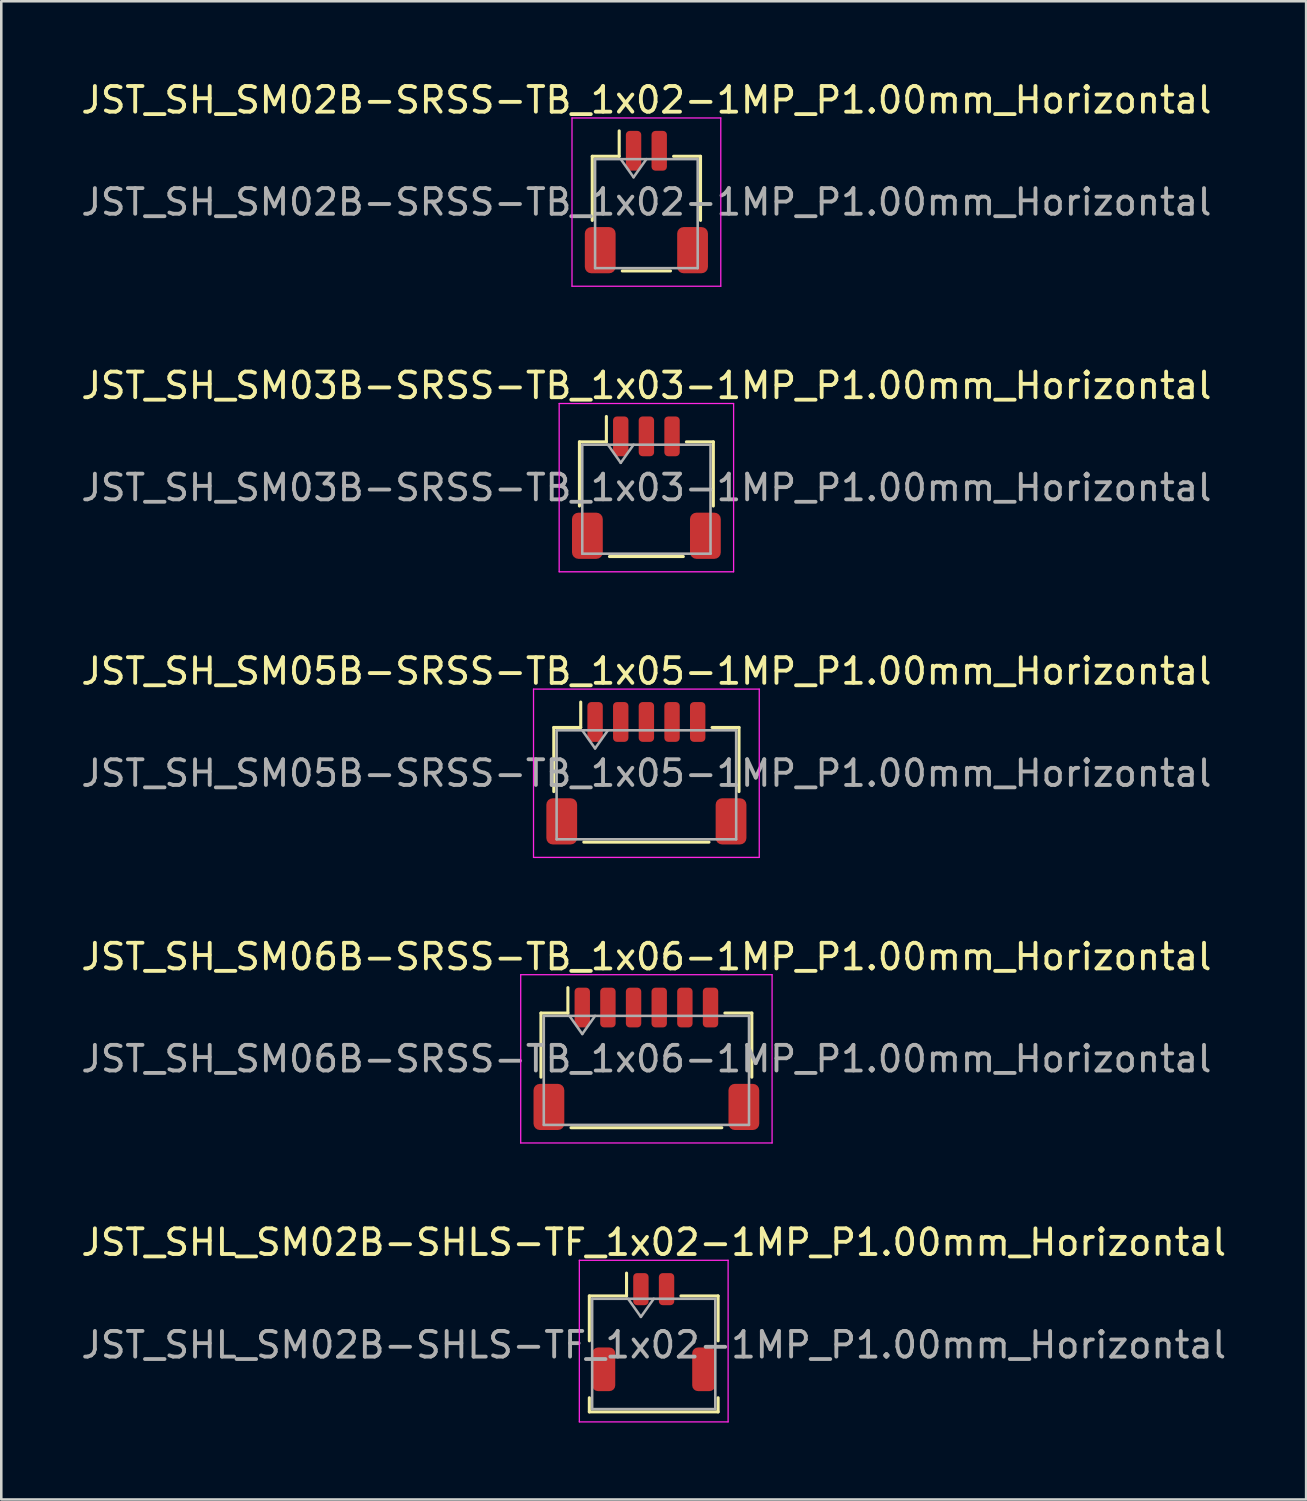
<source format=kicad_pcb>
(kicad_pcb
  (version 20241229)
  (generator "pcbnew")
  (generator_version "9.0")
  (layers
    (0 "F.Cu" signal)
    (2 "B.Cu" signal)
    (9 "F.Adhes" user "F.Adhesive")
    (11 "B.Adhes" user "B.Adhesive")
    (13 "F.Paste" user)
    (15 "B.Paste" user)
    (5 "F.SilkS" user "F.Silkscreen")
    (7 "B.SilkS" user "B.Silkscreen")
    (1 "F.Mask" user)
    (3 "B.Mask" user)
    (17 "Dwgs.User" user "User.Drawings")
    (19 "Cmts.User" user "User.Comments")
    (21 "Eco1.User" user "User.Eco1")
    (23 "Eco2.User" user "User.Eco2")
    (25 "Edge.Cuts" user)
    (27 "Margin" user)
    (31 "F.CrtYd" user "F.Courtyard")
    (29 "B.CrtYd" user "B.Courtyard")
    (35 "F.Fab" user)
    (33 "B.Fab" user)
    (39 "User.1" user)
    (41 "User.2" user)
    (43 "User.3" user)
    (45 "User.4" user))
  (footprint "JST_SHL_SM02B-SHLS-TF_1x02-1MP_P1.00mm_Horizontal"
    (layer "F.Cu")
    (at 22.435 48.881)
    (property "Reference" "JST_SHL_SM02B-SHLS-TF_1x02-1MP_P1.00mm_Horizontal" (at 0 -3.5 0) (layer "F.SilkS") (effects (font (size 1 1) (thickness 0.15))))
    (attr smd)
    (fp_line (start -2.51 -1.41) (end -1.06 -1.41) (stroke (width 0.12) (type solid)) (layer "F.SilkS"))
    (fp_line (start -2.51 0.34) (end -2.51 -1.41) (stroke (width 0.12) (type solid)) (layer "F.SilkS"))
    (fp_line (start -2.51 2.56) (end -2.51 3.11) (stroke (width 0.12) (type solid)) (layer "F.SilkS"))
    (fp_line (start -2.51 3.11) (end 2.51 3.11) (stroke (width 0.12) (type solid)) (layer "F.SilkS"))
    (fp_line (start -1.06 -1.41) (end -1.06 -2.3) (stroke (width 0.12) (type solid)) (layer "F.SilkS"))
    (fp_line (start 2.51 -1.41) (end 1.06 -1.41) (stroke (width 0.12) (type solid)) (layer "F.SilkS"))
    (fp_line (start 2.51 0.34) (end 2.51 -1.41) (stroke (width 0.12) (type solid)) (layer "F.SilkS"))
    (fp_line (start 2.51 3.11) (end 2.51 2.56) (stroke (width 0.12) (type solid)) (layer "F.SilkS"))
    (fp_line (start -2.9 -2.8) (end -2.9 3.5) (stroke (width 0.05) (type solid)) (layer "F.CrtYd"))
    (fp_line (start -2.9 3.5) (end 2.9 3.5) (stroke (width 0.05) (type solid)) (layer "F.CrtYd"))
    (fp_line (start 2.9 -2.8) (end -2.9 -2.8) (stroke (width 0.05) (type solid)) (layer "F.CrtYd"))
    (fp_line (start 2.9 3.5) (end 2.9 -2.8) (stroke (width 0.05) (type solid)) (layer "F.CrtYd"))
    (fp_line (start -2.4 -1.3) (end -2.4 3) (stroke (width 0.1) (type solid)) (layer "F.Fab"))
    (fp_line (start -2.4 -1.3) (end 2.4 -1.3) (stroke (width 0.1) (type solid)) (layer "F.Fab"))
    (fp_line (start -2.4 3) (end 2.4 3) (stroke (width 0.1) (type solid)) (layer "F.Fab"))
    (fp_line (start -1 -1.3) (end -0.5 -0.593) (stroke (width 0.1) (type solid)) (layer "F.Fab"))
    (fp_line (start -0.5 -0.593) (end 0 -1.3) (stroke (width 0.1) (type solid)) (layer "F.Fab"))
    (fp_line (start 2.4 -1.3) (end 2.4 3) (stroke (width 0.1) (type solid)) (layer "F.Fab"))
    (fp_text user "${REFERENCE}" (at 0 0.5 0) (layer "F.Fab") (effects (font (size 1 1) (thickness 0.15))))
    (pad "1" smd roundrect (at -0.5 -1.675) (size 0.6 1.25) (layers "F.Cu" "F.Mask" "F.Paste") (roundrect_rratio 0.25))
    (pad "2" smd roundrect (at 0.5 -1.675) (size 0.6 1.25) (layers "F.Cu" "F.Mask" "F.Paste") (roundrect_rratio 0.25))
    (pad "MP" smd roundrect (at -1.95 1.45) (size 0.9 1.7) (layers "F.Cu" "F.Mask" "F.Paste") (roundrect_rratio 0.25))
    (pad "MP" smd roundrect (at 1.95 1.45) (size 0.9 1.7) (layers "F.Cu" "F.Mask" "F.Paste") (roundrect_rratio 0.25)))
  (footprint "JST_SH_SM02B-SRSS-TB_1x02-1MP_P1.00mm_Horizontal"
    (layer "F.Cu")
    (at 22.149 4.828)
    (property "Reference" "JST_SH_SM02B-SRSS-TB_1x02-1MP_P1.00mm_Horizontal" (at 0 -3.98 0) (layer "F.SilkS") (effects (font (size 1 1) (thickness 0.15))))
    (attr smd)
    (fp_line (start -2.11 -1.785) (end -1.06 -1.785) (stroke (width 0.12) (type solid)) (layer "F.SilkS"))
    (fp_line (start -2.11 0.715) (end -2.11 -1.785) (stroke (width 0.12) (type solid)) (layer "F.SilkS"))
    (fp_line (start -1.06 -1.785) (end -1.06 -2.775) (stroke (width 0.12) (type solid)) (layer "F.SilkS"))
    (fp_line (start -0.94 2.685) (end 0.94 2.685) (stroke (width 0.12) (type solid)) (layer "F.SilkS"))
    (fp_line (start 2.11 -1.785) (end 1.06 -1.785) (stroke (width 0.12) (type solid)) (layer "F.SilkS"))
    (fp_line (start 2.11 0.715) (end 2.11 -1.785) (stroke (width 0.12) (type solid)) (layer "F.SilkS"))
    (fp_line (start -2.9 -3.28) (end -2.9 3.28) (stroke (width 0.05) (type solid)) (layer "F.CrtYd"))
    (fp_line (start -2.9 3.28) (end 2.9 3.28) (stroke (width 0.05) (type solid)) (layer "F.CrtYd"))
    (fp_line (start 2.9 -3.28) (end -2.9 -3.28) (stroke (width 0.05) (type solid)) (layer "F.CrtYd"))
    (fp_line (start 2.9 3.28) (end 2.9 -3.28) (stroke (width 0.05) (type solid)) (layer "F.CrtYd"))
    (fp_line (start -2 -1.675) (end -2 2.575) (stroke (width 0.1) (type solid)) (layer "F.Fab"))
    (fp_line (start -2 -1.675) (end 2 -1.675) (stroke (width 0.1) (type solid)) (layer "F.Fab"))
    (fp_line (start -2 2.575) (end 2 2.575) (stroke (width 0.1) (type solid)) (layer "F.Fab"))
    (fp_line (start -1 -1.675) (end -0.5 -0.968) (stroke (width 0.1) (type solid)) (layer "F.Fab"))
    (fp_line (start -0.5 -0.968) (end 0 -1.675) (stroke (width 0.1) (type solid)) (layer "F.Fab"))
    (fp_line (start 2 -1.675) (end 2 2.575) (stroke (width 0.1) (type solid)) (layer "F.Fab"))
    (fp_text user "${REFERENCE}" (at 0 0 0) (layer "F.Fab") (effects (font (size 1 1) (thickness 0.15))))
    (pad "1" smd roundrect (at -0.5 -2) (size 0.6 1.55) (layers "F.Cu" "F.Mask" "F.Paste") (roundrect_rratio 0.25))
    (pad "2" smd roundrect (at 0.5 -2) (size 0.6 1.55) (layers "F.Cu" "F.Mask" "F.Paste") (roundrect_rratio 0.25))
    (pad "MP" smd roundrect (at -1.8 1.875) (size 1.2 1.8) (layers "F.Cu" "F.Mask" "F.Paste") (roundrect_rratio 0.208))
    (pad "MP" smd roundrect (at 1.8 1.875) (size 1.2 1.8) (layers "F.Cu" "F.Mask" "F.Paste") (roundrect_rratio 0.208)))
  (footprint "JST_SH_SM05B-SRSS-TB_1x05-1MP_P1.00mm_Horizontal"
    (layer "F.Cu")
    (at 22.149 27.095)
    (property "Reference" "JST_SH_SM05B-SRSS-TB_1x05-1MP_P1.00mm_Horizontal" (at 0 -3.98 0) (layer "F.SilkS") (effects (font (size 1 1) (thickness 0.15))))
    (attr smd)
    (fp_line (start -3.61 -1.785) (end -2.56 -1.785) (stroke (width 0.12) (type solid)) (layer "F.SilkS"))
    (fp_line (start -3.61 0.715) (end -3.61 -1.785) (stroke (width 0.12) (type solid)) (layer "F.SilkS"))
    (fp_line (start -2.56 -1.785) (end -2.56 -2.775) (stroke (width 0.12) (type solid)) (layer "F.SilkS"))
    (fp_line (start -2.44 2.685) (end 2.44 2.685) (stroke (width 0.12) (type solid)) (layer "F.SilkS"))
    (fp_line (start 3.61 -1.785) (end 2.56 -1.785) (stroke (width 0.12) (type solid)) (layer "F.SilkS"))
    (fp_line (start 3.61 0.715) (end 3.61 -1.785) (stroke (width 0.12) (type solid)) (layer "F.SilkS"))
    (fp_line (start -4.4 -3.28) (end -4.4 3.28) (stroke (width 0.05) (type solid)) (layer "F.CrtYd"))
    (fp_line (start -4.4 3.28) (end 4.4 3.28) (stroke (width 0.05) (type solid)) (layer "F.CrtYd"))
    (fp_line (start 4.4 -3.28) (end -4.4 -3.28) (stroke (width 0.05) (type solid)) (layer "F.CrtYd"))
    (fp_line (start 4.4 3.28) (end 4.4 -3.28) (stroke (width 0.05) (type solid)) (layer "F.CrtYd"))
    (fp_line (start -3.5 -1.675) (end -3.5 2.575) (stroke (width 0.1) (type solid)) (layer "F.Fab"))
    (fp_line (start -3.5 -1.675) (end 3.5 -1.675) (stroke (width 0.1) (type solid)) (layer "F.Fab"))
    (fp_line (start -3.5 2.575) (end 3.5 2.575) (stroke (width 0.1) (type solid)) (layer "F.Fab"))
    (fp_line (start -2.5 -1.675) (end -2 -0.968) (stroke (width 0.1) (type solid)) (layer "F.Fab"))
    (fp_line (start -2 -0.968) (end -1.5 -1.675) (stroke (width 0.1) (type solid)) (layer "F.Fab"))
    (fp_line (start 3.5 -1.675) (end 3.5 2.575) (stroke (width 0.1) (type solid)) (layer "F.Fab"))
    (fp_text user "${REFERENCE}" (at 0 0 0) (layer "F.Fab") (effects (font (size 1 1) (thickness 0.15))))
    (pad "1" smd roundrect (at -2 -2) (size 0.6 1.55) (layers "F.Cu" "F.Mask" "F.Paste") (roundrect_rratio 0.25))
    (pad "2" smd roundrect (at -1 -2) (size 0.6 1.55) (layers "F.Cu" "F.Mask" "F.Paste") (roundrect_rratio 0.25))
    (pad "3" smd roundrect (at 0 -2) (size 0.6 1.55) (layers "F.Cu" "F.Mask" "F.Paste") (roundrect_rratio 0.25))
    (pad "4" smd roundrect (at 1 -2) (size 0.6 1.55) (layers "F.Cu" "F.Mask" "F.Paste") (roundrect_rratio 0.25))
    (pad "5" smd roundrect (at 2 -2) (size 0.6 1.55) (layers "F.Cu" "F.Mask" "F.Paste") (roundrect_rratio 0.25))
    (pad "MP" smd roundrect (at -3.3 1.875) (size 1.2 1.8) (layers "F.Cu" "F.Mask" "F.Paste") (roundrect_rratio 0.208))
    (pad "MP" smd roundrect (at 3.3 1.875) (size 1.2 1.8) (layers "F.Cu" "F.Mask" "F.Paste") (roundrect_rratio 0.208)))
  (footprint "JST_SH_SM06B-SRSS-TB_1x06-1MP_P1.00mm_Horizontal"
    (layer "F.Cu")
    (at 22.149 38.228)
    (property "Reference" "JST_SH_SM06B-SRSS-TB_1x06-1MP_P1.00mm_Horizontal" (at 0 -3.98 0) (layer "F.SilkS") (effects (font (size 1 1) (thickness 0.15))))
    (attr smd)
    (fp_line (start -4.11 -1.785) (end -3.06 -1.785) (stroke (width 0.12) (type solid)) (layer "F.SilkS"))
    (fp_line (start -4.11 0.715) (end -4.11 -1.785) (stroke (width 0.12) (type solid)) (layer "F.SilkS"))
    (fp_line (start -3.06 -1.785) (end -3.06 -2.775) (stroke (width 0.12) (type solid)) (layer "F.SilkS"))
    (fp_line (start -2.94 2.685) (end 2.94 2.685) (stroke (width 0.12) (type solid)) (layer "F.SilkS"))
    (fp_line (start 4.11 -1.785) (end 3.06 -1.785) (stroke (width 0.12) (type solid)) (layer "F.SilkS"))
    (fp_line (start 4.11 0.715) (end 4.11 -1.785) (stroke (width 0.12) (type solid)) (layer "F.SilkS"))
    (fp_line (start -4.9 -3.28) (end -4.9 3.28) (stroke (width 0.05) (type solid)) (layer "F.CrtYd"))
    (fp_line (start -4.9 3.28) (end 4.9 3.28) (stroke (width 0.05) (type solid)) (layer "F.CrtYd"))
    (fp_line (start 4.9 -3.28) (end -4.9 -3.28) (stroke (width 0.05) (type solid)) (layer "F.CrtYd"))
    (fp_line (start 4.9 3.28) (end 4.9 -3.28) (stroke (width 0.05) (type solid)) (layer "F.CrtYd"))
    (fp_line (start -4 -1.675) (end -4 2.575) (stroke (width 0.1) (type solid)) (layer "F.Fab"))
    (fp_line (start -4 -1.675) (end 4 -1.675) (stroke (width 0.1) (type solid)) (layer "F.Fab"))
    (fp_line (start -4 2.575) (end 4 2.575) (stroke (width 0.1) (type solid)) (layer "F.Fab"))
    (fp_line (start -3 -1.675) (end -2.5 -0.968) (stroke (width 0.1) (type solid)) (layer "F.Fab"))
    (fp_line (start -2.5 -0.968) (end -2 -1.675) (stroke (width 0.1) (type solid)) (layer "F.Fab"))
    (fp_line (start 4 -1.675) (end 4 2.575) (stroke (width 0.1) (type solid)) (layer "F.Fab"))
    (fp_text user "${REFERENCE}" (at 0 0 0) (layer "F.Fab") (effects (font (size 1 1) (thickness 0.15))))
    (pad "1" smd roundrect (at -2.5 -2) (size 0.6 1.55) (layers "F.Cu" "F.Mask" "F.Paste") (roundrect_rratio 0.25))
    (pad "2" smd roundrect (at -1.5 -2) (size 0.6 1.55) (layers "F.Cu" "F.Mask" "F.Paste") (roundrect_rratio 0.25))
    (pad "3" smd roundrect (at -0.5 -2) (size 0.6 1.55) (layers "F.Cu" "F.Mask" "F.Paste") (roundrect_rratio 0.25))
    (pad "4" smd roundrect (at 0.5 -2) (size 0.6 1.55) (layers "F.Cu" "F.Mask" "F.Paste") (roundrect_rratio 0.25))
    (pad "5" smd roundrect (at 1.5 -2) (size 0.6 1.55) (layers "F.Cu" "F.Mask" "F.Paste") (roundrect_rratio 0.25))
    (pad "6" smd roundrect (at 2.5 -2) (size 0.6 1.55) (layers "F.Cu" "F.Mask" "F.Paste") (roundrect_rratio 0.25))
    (pad "MP" smd roundrect (at -3.8 1.875) (size 1.2 1.8) (layers "F.Cu" "F.Mask" "F.Paste") (roundrect_rratio 0.208))
    (pad "MP" smd roundrect (at 3.8 1.875) (size 1.2 1.8) (layers "F.Cu" "F.Mask" "F.Paste") (roundrect_rratio 0.208)))
  (footprint "JST_SH_SM03B-SRSS-TB_1x03-1MP_P1.00mm_Horizontal"
    (layer "F.Cu")
    (at 22.149 15.961)
    (property "Reference" "JST_SH_SM03B-SRSS-TB_1x03-1MP_P1.00mm_Horizontal" (at 0 -3.98 0) (layer "F.SilkS") (effects (font (size 1 1) (thickness 0.15))))
    (attr smd)
    (fp_line (start -2.61 -1.785) (end -1.56 -1.785) (stroke (width 0.12) (type solid)) (layer "F.SilkS"))
    (fp_line (start -2.61 0.715) (end -2.61 -1.785) (stroke (width 0.12) (type solid)) (layer "F.SilkS"))
    (fp_line (start -1.56 -1.785) (end -1.56 -2.775) (stroke (width 0.12) (type solid)) (layer "F.SilkS"))
    (fp_line (start -1.44 2.685) (end 1.44 2.685) (stroke (width 0.12) (type solid)) (layer "F.SilkS"))
    (fp_line (start 2.61 -1.785) (end 1.56 -1.785) (stroke (width 0.12) (type solid)) (layer "F.SilkS"))
    (fp_line (start 2.61 0.715) (end 2.61 -1.785) (stroke (width 0.12) (type solid)) (layer "F.SilkS"))
    (fp_line (start -3.4 -3.28) (end -3.4 3.28) (stroke (width 0.05) (type solid)) (layer "F.CrtYd"))
    (fp_line (start -3.4 3.28) (end 3.4 3.28) (stroke (width 0.05) (type solid)) (layer "F.CrtYd"))
    (fp_line (start 3.4 -3.28) (end -3.4 -3.28) (stroke (width 0.05) (type solid)) (layer "F.CrtYd"))
    (fp_line (start 3.4 3.28) (end 3.4 -3.28) (stroke (width 0.05) (type solid)) (layer "F.CrtYd"))
    (fp_line (start -2.5 -1.675) (end -2.5 2.575) (stroke (width 0.1) (type solid)) (layer "F.Fab"))
    (fp_line (start -2.5 -1.675) (end 2.5 -1.675) (stroke (width 0.1) (type solid)) (layer "F.Fab"))
    (fp_line (start -2.5 2.575) (end 2.5 2.575) (stroke (width 0.1) (type solid)) (layer "F.Fab"))
    (fp_line (start -1.5 -1.675) (end -1 -0.968) (stroke (width 0.1) (type solid)) (layer "F.Fab"))
    (fp_line (start -1 -0.968) (end -0.5 -1.675) (stroke (width 0.1) (type solid)) (layer "F.Fab"))
    (fp_line (start 2.5 -1.675) (end 2.5 2.575) (stroke (width 0.1) (type solid)) (layer "F.Fab"))
    (fp_text user "${REFERENCE}" (at 0 0 0) (layer "F.Fab") (effects (font (size 1 1) (thickness 0.15))))
    (pad "1" smd roundrect (at -1 -2) (size 0.6 1.55) (layers "F.Cu" "F.Mask" "F.Paste") (roundrect_rratio 0.25))
    (pad "2" smd roundrect (at 0 -2) (size 0.6 1.55) (layers "F.Cu" "F.Mask" "F.Paste") (roundrect_rratio 0.25))
    (pad "3" smd roundrect (at 1 -2) (size 0.6 1.55) (layers "F.Cu" "F.Mask" "F.Paste") (roundrect_rratio 0.25))
    (pad "MP" smd roundrect (at -2.3 1.875) (size 1.2 1.8) (layers "F.Cu" "F.Mask" "F.Paste") (roundrect_rratio 0.208))
    (pad "MP" smd roundrect (at 2.3 1.875) (size 1.2 1.8) (layers "F.Cu" "F.Mask" "F.Paste") (roundrect_rratio 0.208)))
  (gr_rect
    (start -3 -3)
    (end 47.869 55.406)
    (stroke (width 0.1) (type default))
    (fill no)
    (layer "Edge.Cuts")))
</source>
